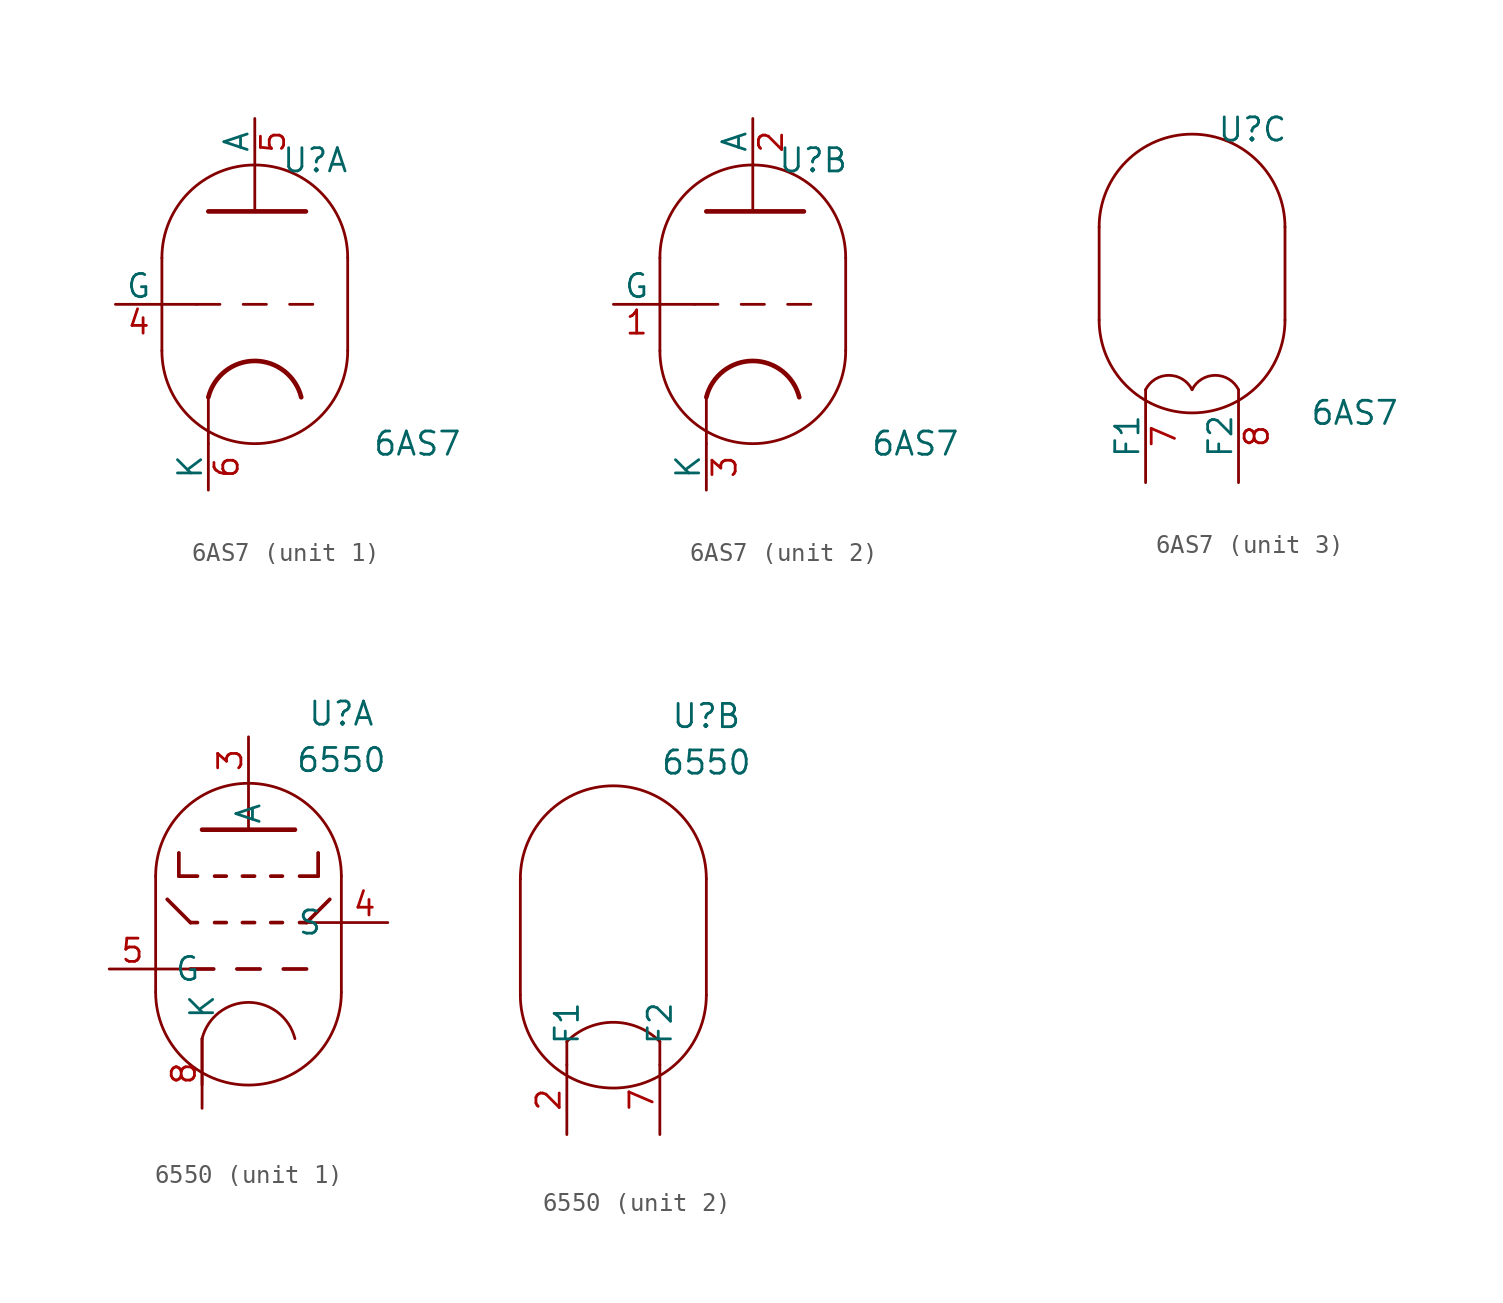
<source format=kicad_sym>
(kicad_symbol_lib
  (version 20211014)
  (generator kicad_symbol_editor)
  (symbol "6AS7"
    (pin_names
      (offset 0))
    (property "Reference" "U"
      (at 3.302 7.874 0)
      (effects (font (size 1.27 1.27))))
    (property "Value" "6AS7"
      (at 8.89 -7.62 0)
      (effects (font (size 1.27 1.27))))
    (property "ki_locked" ""
      (at 0 0 0)
      (effects (font (size 1.27 1.27))))
    (symbol "6AS7_0_1"
      (arc (start -5.08 -2.54) (mid 0 -7.62) (end 5.08 -2.54) (stroke (width 0) (type default) (color 0 0 0 0)) (fill (type none)))
      (polyline (pts (xy 5.08 2.54) (xy 5.08 -2.54)) (stroke (width 0) (type default) (color 0 0 0 0)) (fill (type none)))
      (polyline (pts (xy -5.08 2.54) (xy -5.08 -2.54) (xy -5.08 -2.54)) (stroke (width 0) (type default) (color 0 0 0 0)) (fill (type none)))
      (arc (start 5.08 2.54) (mid 0 7.62) (end -5.08 2.54) (stroke (width 0) (type default) (color 0 0 0 0)) (fill (type none))))
    (symbol "6AS7_1_0"
      (polyline (pts (xy -2.54 -5.08) (xy -2.54 -7.62)) (stroke (width 0) (type default) (color 0 0 0 0)) (fill (type none)))
      (polyline (pts (xy 0 5.08) (xy 0 7.62)) (stroke (width 0) (type default) (color 0 0 0 0)) (fill (type none))))
    (symbol "6AS7_1_1"
      (polyline (pts (xy -5.08 0) (xy -3.175 0)) (stroke (width 0) (type default) (color 0 0 0 0)) (fill (type none)))
      (polyline (pts (xy -1.905 0) (xy -3.175 0)) (stroke (width 0.152) (type default) (color 0 0 0 0)) (fill (type none)))
      (polyline (pts (xy -0.635 0) (xy 0.635 0)) (stroke (width 0.152) (type default) (color 0 0 0 0)) (fill (type none)))
      (polyline (pts (xy 1.905 0) (xy 3.175 0)) (stroke (width 0.152) (type default) (color 0 0 0 0)) (fill (type none)))
      (polyline (pts (xy -2.54 5.08) (xy 2.794 5.08) (xy 2.794 5.08)) (stroke (width 0.254) (type default) (color 0 0 0 0)) (fill (type none)))
      (arc (start 2.54 -5.08) (mid 0 -3.0968) (end -2.54 -5.08) (stroke (width 0.254) (type default) (color 0 0 0 0)) (fill (type none)))
      (pin input line (at -7.62 0 0) (length 2.54) (name "G" (effects (font (size 1.27 1.27)))) (number "4" (effects (font (size 1.27 1.27)))))
      (pin output line (at 0 10.16 270) (length 2.54) (name "A" (effects (font (size 1.27 1.27)))) (number "5" (effects (font (size 1.27 1.27)))))
      (pin bidirectional line (at -2.54 -10.16 90) (length 2.54) (name "K" (effects (font (size 1.27 1.27)))) (number "6" (effects (font (size 1.27 1.27))))))
    (symbol "6AS7_2_0"
      (polyline (pts (xy -2.54 -5.08) (xy -2.54 -7.62)) (stroke (width 0) (type default) (color 0 0 0 0)) (fill (type none)))
      (polyline (pts (xy 0 5.08) (xy 0 7.62)) (stroke (width 0) (type default) (color 0 0 0 0)) (fill (type none))))
    (symbol "6AS7_2_1"
      (polyline (pts (xy -5.08 0) (xy -3.175 0)) (stroke (width 0) (type default) (color 0 0 0 0)) (fill (type none)))
      (polyline (pts (xy -1.905 0) (xy -3.175 0)) (stroke (width 0.152) (type default) (color 0 0 0 0)) (fill (type none)))
      (polyline (pts (xy -0.635 0) (xy 0.635 0)) (stroke (width 0.152) (type default) (color 0 0 0 0)) (fill (type none)))
      (polyline (pts (xy 1.905 0) (xy 3.175 0)) (stroke (width 0.152) (type default) (color 0 0 0 0)) (fill (type none)))
      (polyline (pts (xy -2.54 5.08) (xy 2.794 5.08) (xy 2.794 5.08)) (stroke (width 0.254) (type default) (color 0 0 0 0)) (fill (type none)))
      (arc (start 2.54 -5.08) (mid 0 -3.0968) (end -2.54 -5.08) (stroke (width 0.254) (type default) (color 0 0 0 0)) (fill (type none)))
      (pin input line (at -7.62 0 0) (length 2.54) (name "G" (effects (font (size 1.27 1.27)))) (number "1" (effects (font (size 1.27 1.27)))))
      (pin output line (at 0 10.16 270) (length 2.54) (name "A" (effects (font (size 1.27 1.27)))) (number "2" (effects (font (size 1.27 1.27)))))
      (pin bidirectional line (at -2.54 -10.16 90) (length 2.54) (name "K" (effects (font (size 1.27 1.27)))) (number "3" (effects (font (size 1.27 1.27))))))
    (symbol "6AS7_3_1"
      (arc (start 0 -6.35) (mid -1.27 -5.5651) (end -2.54 -6.35) (stroke (width 0) (type default) (color 0 0 0 0)) (fill (type none)))
      (arc (start 2.54 -6.35) (mid 1.27 -5.5651) (end 0 -6.35) (stroke (width 0) (type default) (color 0 0 0 0)) (fill (type none)))
      (pin power_in line (at -2.54 -11.43 90) (length 5.08) (name "F1" (effects (font (size 1.27 1.27)))) (number "7" (effects (font (size 1.27 1.27)))))
      (pin power_in line (at 2.54 -11.43 90) (length 5.08) (name "F2" (effects (font (size 1.27 1.27)))) (number "8" (effects (font (size 1.27 1.27)))))))
  (symbol "6550"
    (pin_names
      (offset 1.016))
    (property "Reference" "U"
      (at 5.08 11.43 0)
      (effects (font (size 1.27 1.27))))
    (property "Value" "6550"
      (at 5.08 8.89 0)
      (effects (font (size 1.27 1.27))))
    (symbol "6550_1_1"
      (arc (start -5.08 -3.81) (mid 0 -8.89) (end 5.08 -3.81) (stroke (width 0) (type default) (color 0 0 0 0)) (fill (type none)))
      (polyline (pts (xy -5.08 -2.54) (xy -3.175 -2.54)) (stroke (width 0) (type default) (color 0 0 0 0)) (fill (type none)))
      (polyline (pts (xy -4.445 1.27) (xy -3.175 0)) (stroke (width 0.203) (type default) (color 0 0 0 0)) (fill (type none)))
      (polyline (pts (xy -3.81 2.54) (xy -2.794 2.54)) (stroke (width 0.203) (type default) (color 0 0 0 0)) (fill (type none)))
      (polyline (pts (xy -3.81 3.81) (xy -3.81 2.54)) (stroke (width 0.203) (type default) (color 0 0 0 0)) (fill (type none)))
      (polyline (pts (xy -3.175 0) (xy -2.794 0)) (stroke (width 0.203) (type default) (color 0 0 0 0)) (fill (type none)))
      (polyline (pts (xy -2.54 -6.35) (xy -2.54 -8.89)) (stroke (width 0) (type default) (color 0 0 0 0)) (fill (type none)))
      (polyline (pts (xy -1.905 -2.54) (xy -3.175 -2.54)) (stroke (width 0.203) (type default) (color 0 0 0 0)) (fill (type none)))
      (polyline (pts (xy -1.854 0) (xy -1.219 0)) (stroke (width 0.203) (type default) (color 0 0 0 0)) (fill (type none)))
      (polyline (pts (xy -1.854 2.54) (xy -1.219 2.54)) (stroke (width 0.203) (type default) (color 0 0 0 0)) (fill (type none)))
      (polyline (pts (xy -0.635 -2.54) (xy 0.635 -2.54)) (stroke (width 0.203) (type default) (color 0 0 0 0)) (fill (type none)))
      (polyline (pts (xy -0.33 0) (xy 0.33 0)) (stroke (width 0.203) (type default) (color 0 0 0 0)) (fill (type none)))
      (polyline (pts (xy -0.33 2.54) (xy 0.33 2.54)) (stroke (width 0.203) (type default) (color 0 0 0 0)) (fill (type none)))
      (polyline (pts (xy 0 5.08) (xy 0 7.62)) (stroke (width 0) (type default) (color 0 0 0 0)) (fill (type none)))
      (polyline (pts (xy 1.219 0) (xy 1.854 0)) (stroke (width 0.203) (type default) (color 0 0 0 0)) (fill (type none)))
      (polyline (pts (xy 1.219 2.54) (xy 1.854 2.54)) (stroke (width 0.203) (type default) (color 0 0 0 0)) (fill (type none)))
      (polyline (pts (xy 1.905 -2.54) (xy 3.175 -2.54)) (stroke (width 0.203) (type default) (color 0 0 0 0)) (fill (type none)))
      (polyline (pts (xy 2.794 0) (xy 3.175 0)) (stroke (width 0.203) (type default) (color 0 0 0 0)) (fill (type none)))
      (polyline (pts (xy 3.175 0) (xy 5.08 0)) (stroke (width 0) (type default) (color 0 0 0 0)) (fill (type none)))
      (polyline (pts (xy 3.81 2.54) (xy 2.794 2.54)) (stroke (width 0.203) (type default) (color 0 0 0 0)) (fill (type none)))
      (polyline (pts (xy 3.81 3.81) (xy 3.81 2.54)) (stroke (width 0.203) (type default) (color 0 0 0 0)) (fill (type none)))
      (polyline (pts (xy 4.445 1.27) (xy 3.175 0)) (stroke (width 0.203) (type default) (color 0 0 0 0)) (fill (type none)))
      (polyline (pts (xy -5.08 2.54) (xy -5.08 -3.81) (xy -5.08 -3.81)) (stroke (width 0) (type default) (color 0 0 0 0)) (fill (type none)))
      (polyline (pts (xy 5.08 2.54) (xy 5.08 -3.81) (xy 5.08 -3.81)) (stroke (width 0) (type default) (color 0 0 0 0)) (fill (type none)))
      (polyline (pts (xy -2.54 5.08) (xy 2.54 5.08) (xy 2.54 5.08) (xy 2.54 5.08)) (stroke (width 0.254) (type default) (color 0 0 0 0)) (fill (type none)))
      (arc (start 2.54 -6.35) (mid 0 -4.3668) (end -2.54 -6.35) (stroke (width 0) (type default) (color 0 0 0 0)) (fill (type none)))
      (arc (start 5.08 2.54) (mid 0 7.62) (end -5.08 2.54) (stroke (width 0) (type default) (color 0 0 0 0)) (fill (type none)))
      (pin output line (at 0 10.16 270) (length 2.54) (name "A" (effects (font (size 1.27 1.27)))) (number "3" (effects (font (size 1.27 1.27)))))
      (pin input line (at 7.62 0 180) (length 2.54) (name "S" (effects (font (size 1.27 1.27)))) (number "4" (effects (font (size 1.27 1.27)))))
      (pin input line (at -7.62 -2.54 0) (length 2.54) (name "G" (effects (font (size 1.27 1.27)))) (number "5" (effects (font (size 1.27 1.27)))))
      (pin power_in line (at -2.54 -10.16 90) (length 3.81) (name "K" (effects (font (size 1.27 1.27)))) (number "8" (effects (font (size 1.27 1.27))))))
    (symbol "6550_2_1"
      (arc (start -5.08 -3.81) (mid 0 -8.89) (end 5.08 -3.81) (stroke (width 0) (type default) (color 0 0 0 0)) (fill (type none)))
      (polyline (pts (xy -5.08 2.54) (xy -5.08 -3.81) (xy -5.08 -3.81)) (stroke (width 0) (type default) (color 0 0 0 0)) (fill (type none)))
      (polyline (pts (xy -2.54 -7.62) (xy -2.54 -6.35) (xy -2.54 -6.35)) (stroke (width 0) (type default) (color 0 0 0 0)) (fill (type none)))
      (polyline (pts (xy 2.54 -7.62) (xy 2.54 -6.35) (xy 2.54 -6.35)) (stroke (width 0) (type default) (color 0 0 0 0)) (fill (type none)))
      (polyline (pts (xy 5.08 2.54) (xy 5.08 -3.81) (xy 5.08 -3.81)) (stroke (width 0) (type default) (color 0 0 0 0)) (fill (type none)))
      (arc (start 2.54 -6.35) (mid 0 -5.2979) (end -2.54 -6.35) (stroke (width 0) (type default) (color 0 0 0 0)) (fill (type none)))
      (arc (start 5.08 2.54) (mid 0 7.62) (end -5.08 2.54) (stroke (width 0) (type default) (color 0 0 0 0)) (fill (type none)))
      (pin power_in line (at -2.54 -11.43 90) (length 3.81) (name "F1" (effects (font (size 1.27 1.27)))) (number "2" (effects (font (size 1.27 1.27)))))
      (pin power_in line (at 2.54 -11.43 90) (length 3.81) (name "F2" (effects (font (size 1.27 1.27)))) (number "7" (effects (font (size 1.27 1.27))))))))
</source>
